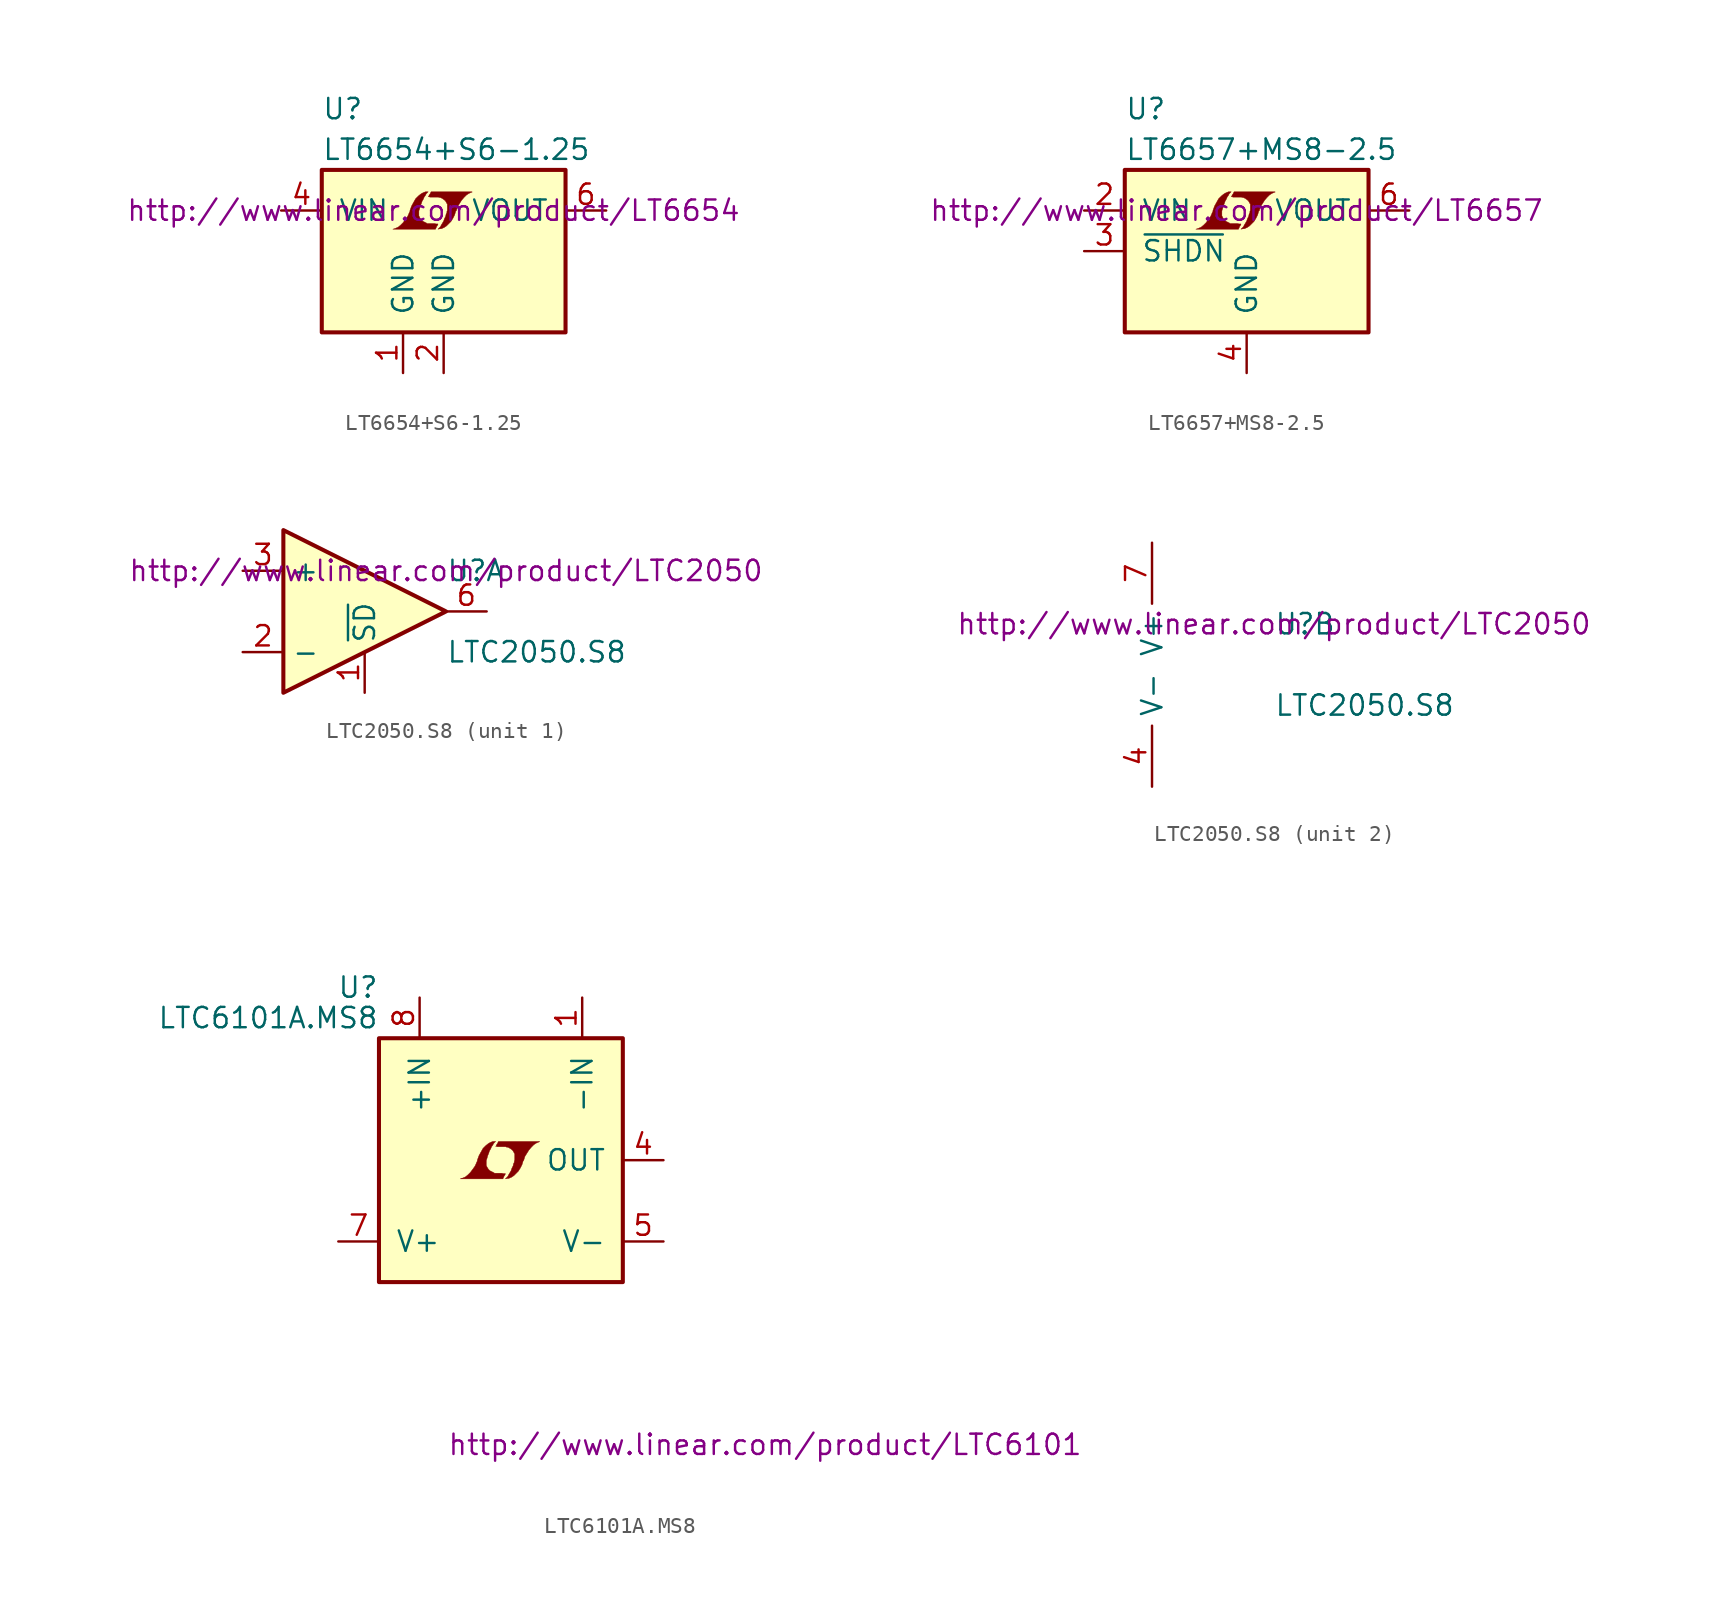
<source format=kicad_sym>
(kicad_symbol_lib
  (version 20201005)
  (generator kicad_symbol_editor)
  (symbol "LT6654+S6-1.25"
    (pin_names
      (offset 1.016))
    (property "Reference" "U"
      (at -7.62 8.89 0)
      (effects (font (size 1.27 1.27)) (justify left)))
    (property "Value" "LT6654+S6-1.25"
      (at -7.62 6.35 0)
      (effects (font (size 1.27 1.27)) (justify left)))
    (property "Datasheet" "http://www.linear.com/product/LT6654"
      (at -0.635 2.54 0)
      (effects (font (size 1.27 1.27))))
    (symbol "LT6654+S6-1.25_0_0"
      (polyline (pts (xy -0.432 1.549) (xy -0.406 1.575) (xy -0.356 1.676) (xy -0.356 1.702) (xy -0.483 1.702) (xy -0.584 1.727) (xy -1.041 1.727) (xy -1.067 1.753) (xy -1.321 1.88) (xy -1.422 1.981) (xy -1.499 2.108) (xy -1.549 2.21) (xy -1.549 2.515) (xy -1.499 2.667) (xy -1.473 2.769) (xy -1.448 2.845) (xy -1.397 2.972) (xy -1.346 3.124) (xy -1.27 3.251) (xy -1.219 3.378) (xy -1.143 3.48) (xy -1.092 3.581) (xy -0.965 3.708) (xy -1.143 3.708) (xy -1.27 3.658) (xy -1.372 3.607) (xy -1.448 3.556) (xy -1.575 3.454) (xy -1.753 3.277) (xy -2.007 2.819) (xy -2.108 2.54) (xy -2.108 2.489) (xy -2.159 2.388) (xy -2.21 2.261) (xy -2.261 2.159) (xy -2.388 1.981) (xy -2.54 1.778) (xy -2.692 1.626) (xy -2.845 1.499) (xy -3.023 1.422) (xy -3.175 1.372) (xy -0.508 1.372) (xy -0.432 1.549)) (stroke (width 0.025)) (fill (type outline)))
      (polyline (pts (xy -0.229 1.397) (xy -0.152 1.397) (xy 0.025 1.473) (xy 0.178 1.575) (xy 0.457 1.854) (xy 0.584 2.057) (xy 0.686 2.261) (xy 0.762 2.515) (xy 0.787 2.515) (xy 0.864 2.769) (xy 1.118 3.175) (xy 1.27 3.353) (xy 1.422 3.505) (xy 1.575 3.607) (xy 1.753 3.683) (xy 1.778 3.683) (xy 1.778 3.708) (xy -0.787 3.708) (xy -0.864 3.556) (xy -0.889 3.531) (xy -0.94 3.429) (xy -0.965 3.404) (xy -0.914 3.404) (xy -0.864 3.378) (xy -0.33 3.378) (xy -0.279 3.353) (xy -0.229 3.353) (xy -0.152 3.327) (xy -0.025 3.251) (xy 0.102 3.15) (xy 0.178 3.023) (xy 0.203 2.972) (xy 0.229 2.946) (xy 0.229 2.54) (xy 0.203 2.489) (xy 0.203 2.413) (xy 0.152 2.311) (xy 0.127 2.184) (xy 0.051 2.032) (xy 0 1.88) (xy -0.152 1.626) (xy -0.203 1.524) (xy -0.356 1.372) (xy -0.229 1.397)) (stroke (width 0.025)) (fill (type outline))))
    (symbol "LT6654+S6-1.25_0_1"
      (rectangle (start -7.62 5.08) (end 7.62 -5.08) (stroke (width 0.254)) (fill (type background))))
    (symbol "LT6654+S6-1.25_1_1"
      (pin power_in line (at -2.54 -7.62 90) (length 2.54) (name "GND" (effects (font (size 1.27 1.27)))) (number "1" (effects (font (size 1.27 1.27)))))
      (pin power_in line (at 0 -7.62 90) (length 2.54) (name "GND" (effects (font (size 1.27 1.27)))) (number "2" (effects (font (size 1.27 1.27)))))
      (pin unconnected line (at -5.08 -7.62 90) (length 2.54) hide (name "DNC" (effects (font (size 1.27 1.27)))) (number "3" (effects (font (size 1.27 1.27)))))
      (pin power_in line (at -10.16 2.54 0) (length 2.54) (name "VIN" (effects (font (size 1.27 1.27)))) (number "4" (effects (font (size 1.27 1.27)))))
      (pin unconnected line (at 2.54 -7.62 90) (length 2.54) hide (name "DNC" (effects (font (size 1.27 1.27)))) (number "5" (effects (font (size 1.27 1.27)))))
      (pin power_out line (at 10.16 2.54 180) (length 2.54) (name "VOUT" (effects (font (size 1.27 1.27)))) (number "6" (effects (font (size 1.27 1.27)))))))
  (symbol "LT6657+MS8-2.5"
    (pin_names
      (offset 1.016))
    (property "Reference" "U"
      (at -7.62 8.89 0)
      (effects (font (size 1.27 1.27)) (justify left)))
    (property "Value" "LT6657+MS8-2.5"
      (at -7.62 6.35 0)
      (effects (font (size 1.27 1.27)) (justify left)))
    (property "Datasheet" "http://www.linear.com/product/LT6657"
      (at -0.635 2.54 0)
      (effects (font (size 1.27 1.27))))
    (symbol "LT6657+MS8-2.5_0_0"
      (polyline (pts (xy -0.432 1.549) (xy -0.406 1.575) (xy -0.356 1.676) (xy -0.356 1.702) (xy -0.483 1.702) (xy -0.584 1.727) (xy -1.041 1.727) (xy -1.067 1.753) (xy -1.321 1.88) (xy -1.422 1.981) (xy -1.499 2.108) (xy -1.549 2.21) (xy -1.549 2.515) (xy -1.499 2.667) (xy -1.473 2.769) (xy -1.448 2.845) (xy -1.397 2.972) (xy -1.346 3.124) (xy -1.27 3.251) (xy -1.219 3.378) (xy -1.143 3.48) (xy -1.092 3.581) (xy -0.965 3.708) (xy -1.143 3.708) (xy -1.27 3.658) (xy -1.372 3.607) (xy -1.448 3.556) (xy -1.575 3.454) (xy -1.753 3.277) (xy -2.007 2.819) (xy -2.108 2.54) (xy -2.108 2.489) (xy -2.159 2.388) (xy -2.21 2.261) (xy -2.261 2.159) (xy -2.388 1.981) (xy -2.54 1.778) (xy -2.692 1.626) (xy -2.845 1.499) (xy -3.023 1.422) (xy -3.175 1.372) (xy -0.508 1.372) (xy -0.432 1.549)) (stroke (width 0.025)) (fill (type outline)))
      (polyline (pts (xy -0.229 1.397) (xy -0.152 1.397) (xy 0.025 1.473) (xy 0.178 1.575) (xy 0.457 1.854) (xy 0.584 2.057) (xy 0.686 2.261) (xy 0.762 2.515) (xy 0.787 2.515) (xy 0.864 2.769) (xy 1.118 3.175) (xy 1.27 3.353) (xy 1.422 3.505) (xy 1.575 3.607) (xy 1.753 3.683) (xy 1.778 3.683) (xy 1.778 3.708) (xy -0.787 3.708) (xy -0.864 3.556) (xy -0.889 3.531) (xy -0.94 3.429) (xy -0.965 3.404) (xy -0.914 3.404) (xy -0.864 3.378) (xy -0.33 3.378) (xy -0.279 3.353) (xy -0.229 3.353) (xy -0.152 3.327) (xy -0.025 3.251) (xy 0.102 3.15) (xy 0.178 3.023) (xy 0.203 2.972) (xy 0.229 2.946) (xy 0.229 2.54) (xy 0.203 2.489) (xy 0.203 2.413) (xy 0.152 2.311) (xy 0.127 2.184) (xy 0.051 2.032) (xy 0 1.88) (xy -0.152 1.626) (xy -0.203 1.524) (xy -0.356 1.372) (xy -0.229 1.397)) (stroke (width 0.025)) (fill (type outline))))
    (symbol "LT6657+MS8-2.5_0_1"
      (rectangle (start -7.62 5.08) (end 7.62 -5.08) (stroke (width 0.254)) (fill (type background))))
    (symbol "LT6657+MS8-2.5_1_1"
      (pin unconnected line (at -5.08 -7.62 90) (length 2.54) hide (name "DNC" (effects (font (size 1.27 1.27)))) (number "1" (effects (font (size 1.27 1.27)))))
      (pin power_in line (at -10.16 2.54 0) (length 2.54) (name "VIN" (effects (font (size 1.27 1.27)))) (number "2" (effects (font (size 1.27 1.27)))))
      (pin input line (at -10.16 0 0) (length 2.54) (name "~SHDN~" (effects (font (size 1.27 1.27)))) (number "3" (effects (font (size 1.27 1.27)))))
      (pin power_in line (at 0 -7.62 90) (length 2.54) (name "GND" (effects (font (size 1.27 1.27)))) (number "4" (effects (font (size 1.27 1.27)))))
      (pin unconnected line (at -2.54 -7.62 90) (length 2.54) hide (name "DNC" (effects (font (size 1.27 1.27)))) (number "5" (effects (font (size 1.27 1.27)))))
      (pin power_out line (at 10.16 2.54 180) (length 2.54) (name "VOUT" (effects (font (size 1.27 1.27)))) (number "6" (effects (font (size 1.27 1.27)))))
      (pin unconnected line (at 2.54 -7.62 90) (length 2.54) hide (name "DNC" (effects (font (size 1.27 1.27)))) (number "7" (effects (font (size 1.27 1.27)))))
      (pin unconnected line (at 5.08 -7.62 90) (length 2.54) hide (name "DNC" (effects (font (size 1.27 1.27)))) (number "8" (effects (font (size 1.27 1.27)))))))
  (symbol "LTC2050.S8"
    (property "Reference" "U"
      (at 5.08 2.54 0)
      (effects (font (size 1.27 1.27)) (justify left)))
    (property "Value" "LTC2050.S8"
      (at 5.08 -2.54 0)
      (effects (font (size 1.27 1.27)) (justify left)))
    (property "Datasheet" "http://www.linear.com/product/LTC2050"
      (at 5.08 2.54 0)
      (effects (font (size 1.27 1.27))))
    (property "ki_locked" ""
      (at 0 0 0)
      (effects (font (size 1.27 1.27))))
    (symbol "LTC2050.S8_1_1"
      (polyline (pts (xy 5.08 0) (xy -5.08 5.08) (xy -5.08 -5.08) (xy 5.08 0)) (stroke (width 0.254)) (fill (type background)))
      (pin input line (at 0 -5.08 90) (length 2.54) (name "~SD~" (effects (font (size 1.27 1.27)))) (number "1" (effects (font (size 1.27 1.27)))))
      (pin input line (at -7.62 -2.54 0) (length 2.54) (name "-" (effects (font (size 1.27 1.27)))) (number "2" (effects (font (size 1.27 1.27)))))
      (pin input line (at -7.62 2.54 0) (length 2.54) (name "+" (effects (font (size 1.27 1.27)))) (number "3" (effects (font (size 1.27 1.27)))))
      (pin output line (at 7.62 0 180) (length 2.54) (name "~" (effects (font (size 1.27 1.27)))) (number "6" (effects (font (size 1.27 1.27))))))
    (symbol "LTC2050.S8_2_1"
      (pin power_in line (at -2.54 -7.62 90) (length 3.81) (name "V-" (effects (font (size 1.27 1.27)))) (number "4" (effects (font (size 1.27 1.27)))))
      (pin unconnected line (at -7.62 0 0) (length 2.54) hide (name "NC" (effects (font (size 1.27 1.27)))) (number "5" (effects (font (size 1.27 1.27)))))
      (pin power_in line (at -2.54 7.62 270) (length 3.81) (name "V+" (effects (font (size 1.27 1.27)))) (number "7" (effects (font (size 1.27 1.27)))))
      (pin unconnected line (at -7.62 0 0) (length 2.54) hide (name "NC" (effects (font (size 1.27 1.27)))) (number "8" (effects (font (size 1.27 1.27)))))))
  (symbol "LTC6101A.MS8"
    (pin_names
      (offset 1.016))
    (property "Reference" "U"
      (at -7.62 10.795 0)
      (effects (font (size 1.27 1.27)) (justify right)))
    (property "Value" "LTC6101A.MS8"
      (at -7.62 8.89 0)
      (effects (font (size 1.27 1.27)) (justify right)))
    (property "Datasheet" "http://www.linear.com/product/LTC6101"
      (at 16.51 -17.78 0)
      (effects (font (size 1.27 1.27))))
    (symbol "LTC6101A.MS8_0_0"
      (polyline (pts (xy 0.203 -0.991) (xy 0.229 -0.965) (xy 0.279 -0.864) (xy 0.279 -0.838) (xy 0.152 -0.838) (xy 0.051 -0.813) (xy -0.406 -0.813) (xy -0.432 -0.787) (xy -0.686 -0.66) (xy -0.787 -0.559) (xy -0.864 -0.432) (xy -0.914 -0.33) (xy -0.914 -0.025) (xy -0.864 0.127) (xy -0.838 0.229) (xy -0.813 0.305) (xy -0.762 0.432) (xy -0.711 0.584) (xy -0.635 0.711) (xy -0.584 0.838) (xy -0.508 0.94) (xy -0.457 1.041) (xy -0.33 1.168) (xy -0.508 1.168) (xy -0.635 1.118) (xy -0.737 1.067) (xy -0.813 1.016) (xy -0.94 0.914) (xy -1.118 0.737) (xy -1.372 0.279) (xy -1.473 0) (xy -1.473 -0.051) (xy -1.524 -0.152) (xy -1.575 -0.279) (xy -1.626 -0.381) (xy -1.753 -0.559) (xy -1.905 -0.762) (xy -2.057 -0.914) (xy -2.21 -1.041) (xy -2.388 -1.118) (xy -2.54 -1.168) (xy 0.127 -1.168) (xy 0.203 -0.991)) (stroke (width 0.025)) (fill (type outline)))
      (polyline (pts (xy 0.406 -1.143) (xy 0.483 -1.143) (xy 0.66 -1.067) (xy 0.813 -0.965) (xy 1.092 -0.686) (xy 1.219 -0.483) (xy 1.321 -0.279) (xy 1.397 -0.025) (xy 1.422 -0.025) (xy 1.499 0.229) (xy 1.753 0.635) (xy 1.905 0.813) (xy 2.057 0.965) (xy 2.21 1.067) (xy 2.388 1.143) (xy 2.413 1.143) (xy 2.413 1.168) (xy -0.152 1.168) (xy -0.229 1.016) (xy -0.254 0.991) (xy -0.305 0.889) (xy -0.33 0.864) (xy -0.279 0.864) (xy -0.229 0.838) (xy 0.305 0.838) (xy 0.356 0.813) (xy 0.406 0.813) (xy 0.483 0.787) (xy 0.61 0.711) (xy 0.737 0.61) (xy 0.813 0.483) (xy 0.838 0.432) (xy 0.864 0.406) (xy 0.864 0) (xy 0.838 -0.051) (xy 0.838 -0.127) (xy 0.787 -0.229) (xy 0.762 -0.356) (xy 0.686 -0.508) (xy 0.635 -0.66) (xy 0.483 -0.914) (xy 0.432 -1.016) (xy 0.279 -1.168) (xy 0.406 -1.143)) (stroke (width 0.025)) (fill (type outline))))
    (symbol "LTC6101A.MS8_0_1"
      (rectangle (start -7.62 7.62) (end 7.62 -7.62) (stroke (width 0.254)) (fill (type background))))
    (symbol "LTC6101A.MS8_1_1"
      (pin input line (at 5.08 10.16 270) (length 2.54) (name "-IN" (effects (font (size 1.27 1.27)))) (number "1" (effects (font (size 1.27 1.27)))))
      (pin passive line (at -2.54 -10.16 90) (length 2.54) hide (name "NC" (effects (font (size 1.27 1.27)))) (number "2" (effects (font (size 1.27 1.27)))))
      (pin passive line (at 0 -10.16 90) (length 2.54) hide (name "NC" (effects (font (size 1.27 1.27)))) (number "3" (effects (font (size 1.27 1.27)))))
      (pin output line (at 10.16 0 180) (length 2.54) (name "OUT" (effects (font (size 1.27 1.27)))) (number "4" (effects (font (size 1.27 1.27)))))
      (pin power_in line (at 10.16 -5.08 180) (length 2.54) (name "V-" (effects (font (size 1.27 1.27)))) (number "5" (effects (font (size 1.27 1.27)))))
      (pin passive line (at 2.54 -10.16 90) (length 2.54) hide (name "NC" (effects (font (size 1.27 1.27)))) (number "6" (effects (font (size 1.27 1.27)))))
      (pin power_in line (at -10.16 -5.08 0) (length 2.54) (name "V+" (effects (font (size 1.27 1.27)))) (number "7" (effects (font (size 1.27 1.27)))))
      (pin input line (at -5.08 10.16 270) (length 2.54) (name "+IN" (effects (font (size 1.27 1.27)))) (number "8" (effects (font (size 1.27 1.27))))))))
</source>
